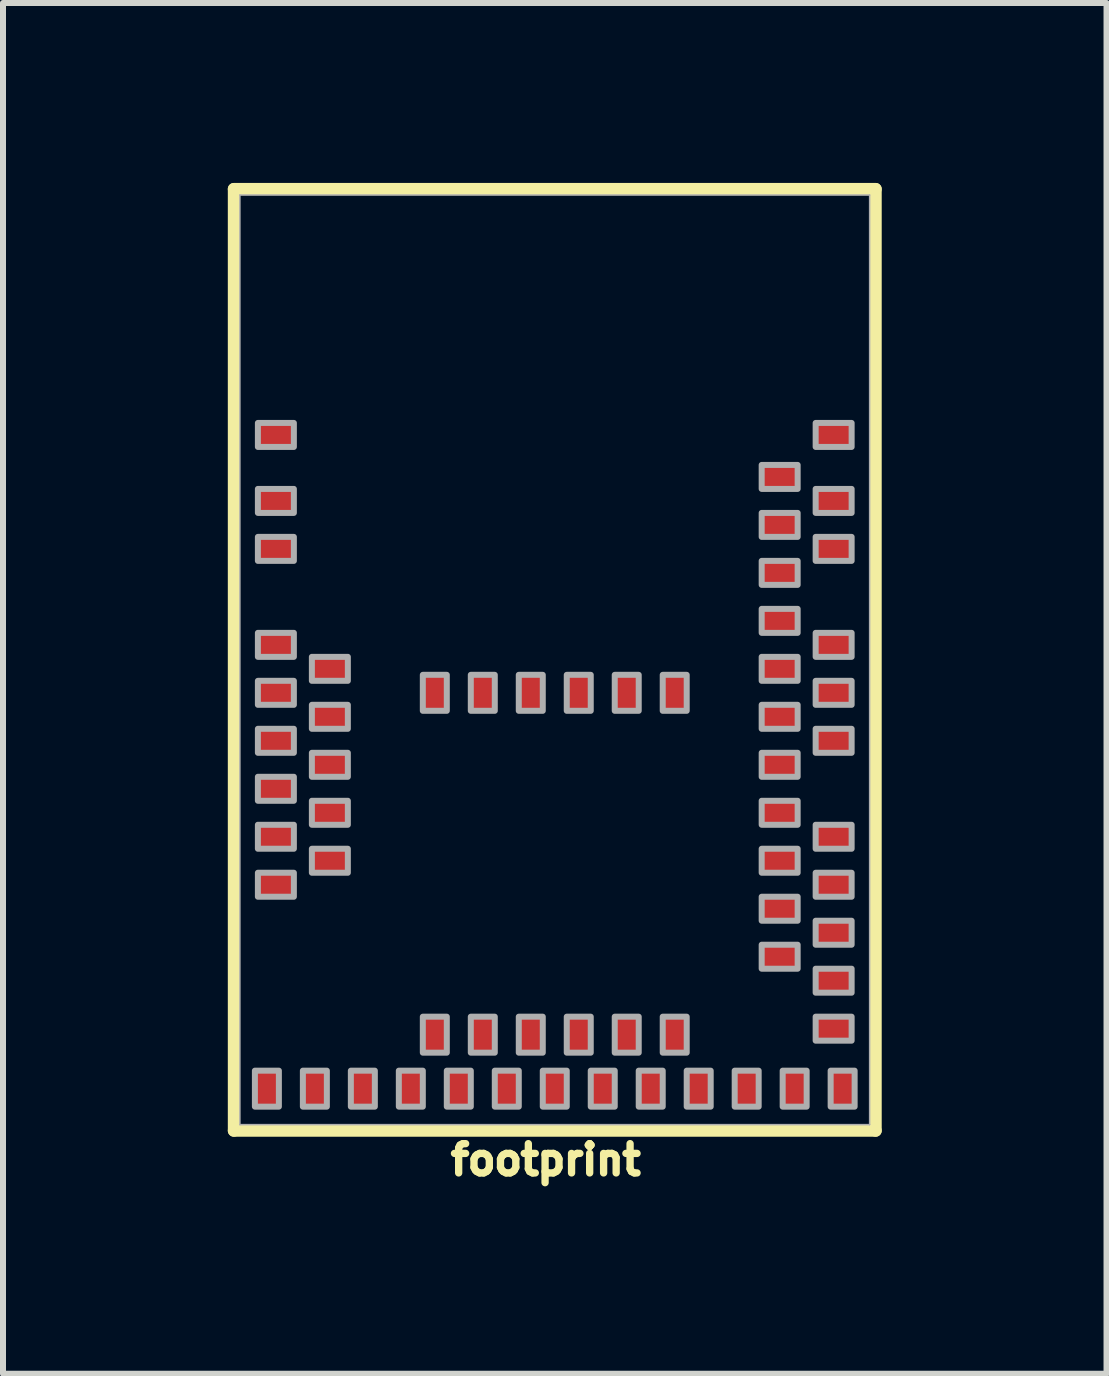
<source format=kicad_pcb>
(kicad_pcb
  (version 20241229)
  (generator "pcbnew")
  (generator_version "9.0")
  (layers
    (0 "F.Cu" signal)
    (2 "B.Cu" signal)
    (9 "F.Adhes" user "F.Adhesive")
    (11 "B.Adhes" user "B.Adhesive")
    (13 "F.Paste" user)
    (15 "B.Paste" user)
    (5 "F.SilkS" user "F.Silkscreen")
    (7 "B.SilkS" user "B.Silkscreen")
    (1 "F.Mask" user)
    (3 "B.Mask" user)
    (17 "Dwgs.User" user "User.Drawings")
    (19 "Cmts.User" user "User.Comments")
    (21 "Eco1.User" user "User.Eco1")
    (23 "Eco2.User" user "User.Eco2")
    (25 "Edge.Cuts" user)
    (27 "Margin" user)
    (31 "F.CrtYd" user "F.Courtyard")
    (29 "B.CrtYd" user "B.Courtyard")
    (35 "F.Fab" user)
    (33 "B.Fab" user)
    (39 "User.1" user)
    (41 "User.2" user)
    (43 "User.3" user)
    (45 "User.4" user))
  (footprint "footprint"
    (layer "F.Cu")
    (at 6.2 7.852)
    (property "Reference" "footprint" (at -0.15 8.15 0) (layer "F.SilkS") (effects (font (size 0.488 0.488) (thickness 0.122)) (justify top)))
    (fp_line (start -5.35 -7.75) (end 5.35 -7.75) (stroke (width 0.203) (type solid)) (layer "F.SilkS"))
    (fp_line (start -5.35 7.95) (end -5.35 -7.75) (stroke (width 0.203) (type solid)) (layer "F.SilkS"))
    (fp_line (start 5.35 -7.75) (end 5.35 7.95) (stroke (width 0.203) (type solid)) (layer "F.SilkS"))
    (fp_line (start 5.35 7.95) (end -5.35 7.95) (stroke (width 0.203) (type solid)) (layer "F.SilkS"))
    (fp_line (start -5.25 -7.65) (end 5.25 -7.65) (stroke (width 0.025) (type solid)) (layer "F.Fab"))
    (fp_line (start -5.25 7.85) (end -5.25 -7.65) (stroke (width 0.025) (type solid)) (layer "F.Fab"))
    (fp_line (start 5.25 -7.65) (end 5.25 7.85) (stroke (width 0.025) (type solid)) (layer "F.Fab"))
    (fp_line (start 5.25 7.85) (end -5.25 7.85) (stroke (width 0.025) (type solid)) (layer "F.Fab"))
    (fp_poly (pts (xy -5 7.55) (xy -4.6 7.55) (xy -4.6 6.95) (xy -5 6.95)) (stroke (width 0.1) (type solid)) (fill no) (layer "F.Fab"))
    (fp_poly (pts (xy -4.95 -3.45) (xy -4.35 -3.45) (xy -4.35 -3.85) (xy -4.95 -3.85)) (stroke (width 0.1) (type solid)) (fill no) (layer "F.Fab"))
    (fp_poly (pts (xy -4.95 -2.35) (xy -4.35 -2.35) (xy -4.35 -2.75) (xy -4.95 -2.75)) (stroke (width 0.1) (type solid)) (fill no) (layer "F.Fab"))
    (fp_poly (pts (xy -4.95 -1.55) (xy -4.35 -1.55) (xy -4.35 -1.95) (xy -4.95 -1.95)) (stroke (width 0.1) (type solid)) (fill no) (layer "F.Fab"))
    (fp_poly (pts (xy -4.95 0.05) (xy -4.35 0.05) (xy -4.35 -0.35) (xy -4.95 -0.35)) (stroke (width 0.1) (type solid)) (fill no) (layer "F.Fab"))
    (fp_poly (pts (xy -4.95 0.85) (xy -4.35 0.85) (xy -4.35 0.45) (xy -4.95 0.45)) (stroke (width 0.1) (type solid)) (fill no) (layer "F.Fab"))
    (fp_poly (pts (xy -4.95 1.65) (xy -4.35 1.65) (xy -4.35 1.25) (xy -4.95 1.25)) (stroke (width 0.1) (type solid)) (fill no) (layer "F.Fab"))
    (fp_poly (pts (xy -4.95 2.45) (xy -4.35 2.45) (xy -4.35 2.05) (xy -4.95 2.05)) (stroke (width 0.1) (type solid)) (fill no) (layer "F.Fab"))
    (fp_poly (pts (xy -4.95 3.25) (xy -4.35 3.25) (xy -4.35 2.85) (xy -4.95 2.85)) (stroke (width 0.1) (type solid)) (fill no) (layer "F.Fab"))
    (fp_poly (pts (xy -4.95 4.05) (xy -4.35 4.05) (xy -4.35 3.65) (xy -4.95 3.65)) (stroke (width 0.1) (type solid)) (fill no) (layer "F.Fab"))
    (fp_poly (pts (xy -4.2 7.55) (xy -3.8 7.55) (xy -3.8 6.95) (xy -4.2 6.95)) (stroke (width 0.1) (type solid)) (fill no) (layer "F.Fab"))
    (fp_poly (pts (xy -4.05 0.45) (xy -3.45 0.45) (xy -3.45 0.05) (xy -4.05 0.05)) (stroke (width 0.1) (type solid)) (fill no) (layer "F.Fab"))
    (fp_poly (pts (xy -4.05 1.25) (xy -3.45 1.25) (xy -3.45 0.85) (xy -4.05 0.85)) (stroke (width 0.1) (type solid)) (fill no) (layer "F.Fab"))
    (fp_poly (pts (xy -4.05 2.05) (xy -3.45 2.05) (xy -3.45 1.65) (xy -4.05 1.65)) (stroke (width 0.1) (type solid)) (fill no) (layer "F.Fab"))
    (fp_poly (pts (xy -4.05 2.85) (xy -3.45 2.85) (xy -3.45 2.45) (xy -4.05 2.45)) (stroke (width 0.1) (type solid)) (fill no) (layer "F.Fab"))
    (fp_poly (pts (xy -4.05 3.65) (xy -3.45 3.65) (xy -3.45 3.25) (xy -4.05 3.25)) (stroke (width 0.1) (type solid)) (fill no) (layer "F.Fab"))
    (fp_poly (pts (xy -3.4 7.55) (xy -3 7.55) (xy -3 6.95) (xy -3.4 6.95)) (stroke (width 0.1) (type solid)) (fill no) (layer "F.Fab"))
    (fp_poly (pts (xy -2.6 7.55) (xy -2.2 7.55) (xy -2.2 6.95) (xy -2.6 6.95)) (stroke (width 0.1) (type solid)) (fill no) (layer "F.Fab"))
    (fp_poly (pts (xy -2.2 0.95) (xy -1.8 0.95) (xy -1.8 0.35) (xy -2.2 0.35)) (stroke (width 0.1) (type solid)) (fill no) (layer "F.Fab"))
    (fp_poly (pts (xy -2.2 6.65) (xy -1.8 6.65) (xy -1.8 6.05) (xy -2.2 6.05)) (stroke (width 0.1) (type solid)) (fill no) (layer "F.Fab"))
    (fp_poly (pts (xy -1.8 7.55) (xy -1.4 7.55) (xy -1.4 6.95) (xy -1.8 6.95)) (stroke (width 0.1) (type solid)) (fill no) (layer "F.Fab"))
    (fp_poly (pts (xy -1.4 0.95) (xy -1 0.95) (xy -1 0.35) (xy -1.4 0.35)) (stroke (width 0.1) (type solid)) (fill no) (layer "F.Fab"))
    (fp_poly (pts (xy -1.4 6.65) (xy -1 6.65) (xy -1 6.05) (xy -1.4 6.05)) (stroke (width 0.1) (type solid)) (fill no) (layer "F.Fab"))
    (fp_poly (pts (xy -1 7.55) (xy -0.6 7.55) (xy -0.6 6.95) (xy -1 6.95)) (stroke (width 0.1) (type solid)) (fill no) (layer "F.Fab"))
    (fp_poly (pts (xy -0.6 0.95) (xy -0.2 0.95) (xy -0.2 0.35) (xy -0.6 0.35)) (stroke (width 0.1) (type solid)) (fill no) (layer "F.Fab"))
    (fp_poly (pts (xy -0.6 6.65) (xy -0.2 6.65) (xy -0.2 6.05) (xy -0.6 6.05)) (stroke (width 0.1) (type solid)) (fill no) (layer "F.Fab"))
    (fp_poly (pts (xy -0.2 7.55) (xy 0.2 7.55) (xy 0.2 6.95) (xy -0.2 6.95)) (stroke (width 0.1) (type solid)) (fill no) (layer "F.Fab"))
    (fp_poly (pts (xy 0.2 0.95) (xy 0.6 0.95) (xy 0.6 0.35) (xy 0.2 0.35)) (stroke (width 0.1) (type solid)) (fill no) (layer "F.Fab"))
    (fp_poly (pts (xy 0.2 6.65) (xy 0.6 6.65) (xy 0.6 6.05) (xy 0.2 6.05)) (stroke (width 0.1) (type solid)) (fill no) (layer "F.Fab"))
    (fp_poly (pts (xy 0.6 7.55) (xy 1 7.55) (xy 1 6.95) (xy 0.6 6.95)) (stroke (width 0.1) (type solid)) (fill no) (layer "F.Fab"))
    (fp_poly (pts (xy 1 0.95) (xy 1.4 0.95) (xy 1.4 0.35) (xy 1 0.35)) (stroke (width 0.1) (type solid)) (fill no) (layer "F.Fab"))
    (fp_poly (pts (xy 1 6.65) (xy 1.4 6.65) (xy 1.4 6.05) (xy 1 6.05)) (stroke (width 0.1) (type solid)) (fill no) (layer "F.Fab"))
    (fp_poly (pts (xy 1.4 7.55) (xy 1.8 7.55) (xy 1.8 6.95) (xy 1.4 6.95)) (stroke (width 0.1) (type solid)) (fill no) (layer "F.Fab"))
    (fp_poly (pts (xy 1.8 0.95) (xy 2.2 0.95) (xy 2.2 0.35) (xy 1.8 0.35)) (stroke (width 0.1) (type solid)) (fill no) (layer "F.Fab"))
    (fp_poly (pts (xy 1.8 6.65) (xy 2.2 6.65) (xy 2.2 6.05) (xy 1.8 6.05)) (stroke (width 0.1) (type solid)) (fill no) (layer "F.Fab"))
    (fp_poly (pts (xy 2.2 7.55) (xy 2.6 7.55) (xy 2.6 6.95) (xy 2.2 6.95)) (stroke (width 0.1) (type solid)) (fill no) (layer "F.Fab"))
    (fp_poly (pts (xy 3 7.55) (xy 3.4 7.55) (xy 3.4 6.95) (xy 3 6.95)) (stroke (width 0.1) (type solid)) (fill no) (layer "F.Fab"))
    (fp_poly (pts (xy 3.45 -2.75) (xy 4.05 -2.75) (xy 4.05 -3.15) (xy 3.45 -3.15)) (stroke (width 0.1) (type solid)) (fill no) (layer "F.Fab"))
    (fp_poly (pts (xy 3.45 -1.95) (xy 4.05 -1.95) (xy 4.05 -2.35) (xy 3.45 -2.35)) (stroke (width 0.1) (type solid)) (fill no) (layer "F.Fab"))
    (fp_poly (pts (xy 3.45 -1.15) (xy 4.05 -1.15) (xy 4.05 -1.55) (xy 3.45 -1.55)) (stroke (width 0.1) (type solid)) (fill no) (layer "F.Fab"))
    (fp_poly (pts (xy 3.45 -0.35) (xy 4.05 -0.35) (xy 4.05 -0.75) (xy 3.45 -0.75)) (stroke (width 0.1) (type solid)) (fill no) (layer "F.Fab"))
    (fp_poly (pts (xy 3.45 0.45) (xy 4.05 0.45) (xy 4.05 0.05) (xy 3.45 0.05)) (stroke (width 0.1) (type solid)) (fill no) (layer "F.Fab"))
    (fp_poly (pts (xy 3.45 1.25) (xy 4.05 1.25) (xy 4.05 0.85) (xy 3.45 0.85)) (stroke (width 0.1) (type solid)) (fill no) (layer "F.Fab"))
    (fp_poly (pts (xy 3.45 2.05) (xy 4.05 2.05) (xy 4.05 1.65) (xy 3.45 1.65)) (stroke (width 0.1) (type solid)) (fill no) (layer "F.Fab"))
    (fp_poly (pts (xy 3.45 2.85) (xy 4.05 2.85) (xy 4.05 2.45) (xy 3.45 2.45)) (stroke (width 0.1) (type solid)) (fill no) (layer "F.Fab"))
    (fp_poly (pts (xy 3.45 3.65) (xy 4.05 3.65) (xy 4.05 3.25) (xy 3.45 3.25)) (stroke (width 0.1) (type solid)) (fill no) (layer "F.Fab"))
    (fp_poly (pts (xy 3.45 4.45) (xy 4.05 4.45) (xy 4.05 4.05) (xy 3.45 4.05)) (stroke (width 0.1) (type solid)) (fill no) (layer "F.Fab"))
    (fp_poly (pts (xy 3.45 5.25) (xy 4.05 5.25) (xy 4.05 4.85) (xy 3.45 4.85)) (stroke (width 0.1) (type solid)) (fill no) (layer "F.Fab"))
    (fp_poly (pts (xy 3.8 7.55) (xy 4.2 7.55) (xy 4.2 6.95) (xy 3.8 6.95)) (stroke (width 0.1) (type solid)) (fill no) (layer "F.Fab"))
    (fp_poly (pts (xy 4.35 -3.45) (xy 4.95 -3.45) (xy 4.95 -3.85) (xy 4.35 -3.85)) (stroke (width 0.1) (type solid)) (fill no) (layer "F.Fab"))
    (fp_poly (pts (xy 4.35 -2.35) (xy 4.95 -2.35) (xy 4.95 -2.75) (xy 4.35 -2.75)) (stroke (width 0.1) (type solid)) (fill no) (layer "F.Fab"))
    (fp_poly (pts (xy 4.35 -1.55) (xy 4.95 -1.55) (xy 4.95 -1.95) (xy 4.35 -1.95)) (stroke (width 0.1) (type solid)) (fill no) (layer "F.Fab"))
    (fp_poly (pts (xy 4.35 0.05) (xy 4.95 0.05) (xy 4.95 -0.35) (xy 4.35 -0.35)) (stroke (width 0.1) (type solid)) (fill no) (layer "F.Fab"))
    (fp_poly (pts (xy 4.35 0.85) (xy 4.95 0.85) (xy 4.95 0.45) (xy 4.35 0.45)) (stroke (width 0.1) (type solid)) (fill no) (layer "F.Fab"))
    (fp_poly (pts (xy 4.35 1.65) (xy 4.95 1.65) (xy 4.95 1.25) (xy 4.35 1.25)) (stroke (width 0.1) (type solid)) (fill no) (layer "F.Fab"))
    (fp_poly (pts (xy 4.35 3.25) (xy 4.95 3.25) (xy 4.95 2.85) (xy 4.35 2.85)) (stroke (width 0.1) (type solid)) (fill no) (layer "F.Fab"))
    (fp_poly (pts (xy 4.35 4.05) (xy 4.95 4.05) (xy 4.95 3.65) (xy 4.35 3.65)) (stroke (width 0.1) (type solid)) (fill no) (layer "F.Fab"))
    (fp_poly (pts (xy 4.35 4.85) (xy 4.95 4.85) (xy 4.95 4.45) (xy 4.35 4.45)) (stroke (width 0.1) (type solid)) (fill no) (layer "F.Fab"))
    (fp_poly (pts (xy 4.35 5.65) (xy 4.95 5.65) (xy 4.95 5.25) (xy 4.35 5.25)) (stroke (width 0.1) (type solid)) (fill no) (layer "F.Fab"))
    (fp_poly (pts (xy 4.35 6.45) (xy 4.95 6.45) (xy 4.95 6.05) (xy 4.35 6.05)) (stroke (width 0.1) (type solid)) (fill no) (layer "F.Fab"))
    (fp_poly (pts (xy 4.6 7.55) (xy 5 7.55) (xy 5 6.95) (xy 4.6 6.95)) (stroke (width 0.1) (type solid)) (fill no) (layer "F.Fab"))
    (pad "1" smd rect (at -4.65 -3.65) (size 0.6 0.4) (layers "F.Cu" "F.Mask" "F.Paste"))
    (pad "2" smd rect (at -4.65 -2.55) (size 0.6 0.4) (layers "F.Cu" "F.Mask" "F.Paste"))
    (pad "3" smd rect (at -4.65 -1.75) (size 0.6 0.4) (layers "F.Cu" "F.Mask" "F.Paste"))
    (pad "4" smd rect (at -4.65 -0.15) (size 0.6 0.4) (layers "F.Cu" "F.Mask" "F.Paste"))
    (pad "5" smd rect (at -3.75 0.25) (size 0.6 0.4) (layers "F.Cu" "F.Mask" "F.Paste"))
    (pad "6" smd rect (at -4.65 0.65) (size 0.6 0.4) (layers "F.Cu" "F.Mask" "F.Paste"))
    (pad "7" smd rect (at -3.75 1.05) (size 0.6 0.4) (layers "F.Cu" "F.Mask" "F.Paste"))
    (pad "8" smd rect (at -4.65 1.45) (size 0.6 0.4) (layers "F.Cu" "F.Mask" "F.Paste"))
    (pad "9" smd rect (at -3.75 1.85) (size 0.6 0.4) (layers "F.Cu" "F.Mask" "F.Paste"))
    (pad "10" smd rect (at -4.65 2.25) (size 0.6 0.4) (layers "F.Cu" "F.Mask" "F.Paste"))
    (pad "11" smd rect (at -3.75 2.65) (size 0.6 0.4) (layers "F.Cu" "F.Mask" "F.Paste"))
    (pad "12" smd rect (at -4.65 3.05) (size 0.6 0.4) (layers "F.Cu" "F.Mask" "F.Paste"))
    (pad "13" smd rect (at -3.75 3.45) (size 0.6 0.4) (layers "F.Cu" "F.Mask" "F.Paste"))
    (pad "14" smd rect (at -4.65 3.85) (size 0.6 0.4) (layers "F.Cu" "F.Mask" "F.Paste"))
    (pad "15" smd rect (at -4.8 7.25 90) (size 0.6 0.4) (layers "F.Cu" "F.Mask" "F.Paste"))
    (pad "16" smd rect (at -4 7.25 90) (size 0.6 0.4) (layers "F.Cu" "F.Mask" "F.Paste"))
    (pad "17" smd rect (at -3.2 7.25 90) (size 0.6 0.4) (layers "F.Cu" "F.Mask" "F.Paste"))
    (pad "18" smd rect (at -2.4 7.25 90) (size 0.6 0.4) (layers "F.Cu" "F.Mask" "F.Paste"))
    (pad "19" smd rect (at -2 6.35 90) (size 0.6 0.4) (layers "F.Cu" "F.Mask" "F.Paste"))
    (pad "20" smd rect (at -1.6 7.25 90) (size 0.6 0.4) (layers "F.Cu" "F.Mask" "F.Paste"))
    (pad "21" smd rect (at -1.2 6.35 90) (size 0.6 0.4) (layers "F.Cu" "F.Mask" "F.Paste"))
    (pad "22" smd rect (at -0.8 7.25 90) (size 0.6 0.4) (layers "F.Cu" "F.Mask" "F.Paste"))
    (pad "23" smd rect (at -0.4 6.35 90) (size 0.6 0.4) (layers "F.Cu" "F.Mask" "F.Paste"))
    (pad "24" smd rect (at 0 7.25 90) (size 0.6 0.4) (layers "F.Cu" "F.Mask" "F.Paste"))
    (pad "25" smd rect (at 0.4 6.35 90) (size 0.6 0.4) (layers "F.Cu" "F.Mask" "F.Paste"))
    (pad "26" smd rect (at 0.8 7.25 90) (size 0.6 0.4) (layers "F.Cu" "F.Mask" "F.Paste"))
    (pad "27" smd rect (at 1.2 6.35 90) (size 0.6 0.4) (layers "F.Cu" "F.Mask" "F.Paste"))
    (pad "28" smd rect (at 1.6 7.25 90) (size 0.6 0.4) (layers "F.Cu" "F.Mask" "F.Paste"))
    (pad "29" smd rect (at 2 6.35 90) (size 0.6 0.4) (layers "F.Cu" "F.Mask" "F.Paste"))
    (pad "30" smd rect (at 2.4 7.25 90) (size 0.6 0.4) (layers "F.Cu" "F.Mask" "F.Paste"))
    (pad "31" smd rect (at 3.2 7.25 90) (size 0.6 0.4) (layers "F.Cu" "F.Mask" "F.Paste"))
    (pad "32" smd rect (at 4 7.25 90) (size 0.6 0.4) (layers "F.Cu" "F.Mask" "F.Paste"))
    (pad "33" smd rect (at 4.8 7.25 90) (size 0.6 0.4) (layers "F.Cu" "F.Mask" "F.Paste"))
    (pad "34" smd rect (at 4.65 6.25 180) (size 0.6 0.4) (layers "F.Cu" "F.Mask" "F.Paste"))
    (pad "35" smd rect (at 4.65 5.45 180) (size 0.6 0.4) (layers "F.Cu" "F.Mask" "F.Paste"))
    (pad "36" smd rect (at 3.75 5.05 180) (size 0.6 0.4) (layers "F.Cu" "F.Mask" "F.Paste"))
    (pad "37" smd rect (at 4.65 4.65 180) (size 0.6 0.4) (layers "F.Cu" "F.Mask" "F.Paste"))
    (pad "38" smd rect (at 3.75 4.25 180) (size 0.6 0.4) (layers "F.Cu" "F.Mask" "F.Paste"))
    (pad "39" smd rect (at 4.65 3.85 180) (size 0.6 0.4) (layers "F.Cu" "F.Mask" "F.Paste"))
    (pad "40" smd rect (at 3.75 3.45 180) (size 0.6 0.4) (layers "F.Cu" "F.Mask" "F.Paste"))
    (pad "41" smd rect (at 4.65 3.05 180) (size 0.6 0.4) (layers "F.Cu" "F.Mask" "F.Paste"))
    (pad "42" smd rect (at 3.75 2.65 180) (size 0.6 0.4) (layers "F.Cu" "F.Mask" "F.Paste"))
    (pad "43" smd rect (at 3.75 1.85 180) (size 0.6 0.4) (layers "F.Cu" "F.Mask" "F.Paste"))
    (pad "44" smd rect (at 4.65 1.45 180) (size 0.6 0.4) (layers "F.Cu" "F.Mask" "F.Paste"))
    (pad "45" smd rect (at 3.75 1.05 180) (size 0.6 0.4) (layers "F.Cu" "F.Mask" "F.Paste"))
    (pad "46" smd rect (at 4.65 0.65 180) (size 0.6 0.4) (layers "F.Cu" "F.Mask" "F.Paste"))
    (pad "47" smd rect (at 3.75 0.25 180) (size 0.6 0.4) (layers "F.Cu" "F.Mask" "F.Paste"))
    (pad "48" smd rect (at 4.65 -0.15 180) (size 0.6 0.4) (layers "F.Cu" "F.Mask" "F.Paste"))
    (pad "49" smd rect (at 3.75 -0.55 180) (size 0.6 0.4) (layers "F.Cu" "F.Mask" "F.Paste"))
    (pad "50" smd rect (at 3.75 -1.35 180) (size 0.6 0.4) (layers "F.Cu" "F.Mask" "F.Paste"))
    (pad "51" smd rect (at 4.65 -1.75 180) (size 0.6 0.4) (layers "F.Cu" "F.Mask" "F.Paste"))
    (pad "52" smd rect (at 3.75 -2.15 180) (size 0.6 0.4) (layers "F.Cu" "F.Mask" "F.Paste"))
    (pad "53" smd rect (at 4.65 -2.55 180) (size 0.6 0.4) (layers "F.Cu" "F.Mask" "F.Paste"))
    (pad "54" smd rect (at 3.75 -2.95 180) (size 0.6 0.4) (layers "F.Cu" "F.Mask" "F.Paste"))
    (pad "55" smd rect (at 4.65 -3.65 180) (size 0.6 0.4) (layers "F.Cu" "F.Mask" "F.Paste"))
    (pad "56" smd rect (at -2 0.65 270) (size 0.6 0.4) (layers "F.Cu" "F.Mask" "F.Paste"))
    (pad "57" smd rect (at -1.2 0.65 270) (size 0.6 0.4) (layers "F.Cu" "F.Mask" "F.Paste"))
    (pad "58" smd rect (at -0.4 0.65 270) (size 0.6 0.4) (layers "F.Cu" "F.Mask" "F.Paste"))
    (pad "59" smd rect (at 0.4 0.65 270) (size 0.6 0.4) (layers "F.Cu" "F.Mask" "F.Paste"))
    (pad "60" smd rect (at 1.2 0.65 270) (size 0.6 0.4) (layers "F.Cu" "F.Mask" "F.Paste"))
    (pad "61" smd rect (at 2 0.65 270) (size 0.6 0.4) (layers "F.Cu" "F.Mask" "F.Paste"))
    (zone (net_name "") (layer "F.Cu") (hatch edge 0.508) (connect_pads) (min_thickness 0.254) (filled_areas_thickness no) (keepout (tracks not_allowed) (vias not_allowed) (pads not_allowed) (copperpour not_allowed) (footprints allowed)) (placement (enabled no)) (fill) (polygon (pts (xy 0 4.002) (xy 12.4 4.002) (xy 12.4 0.202) (xy 0 0.202))))
    (zone (net_name "") (layer "F.Cu") (hatch edge 0.508) (connect_pads) (min_thickness 0.254) (filled_areas_thickness no) (keepout (tracks not_allowed) (vias not_allowed) (pads not_allowed) (copperpour not_allowed) (footprints allowed)) (placement (enabled no)) (fill) (polygon (pts (xy 3.9 5.202) (xy 5.5 5.202) (xy 5.5 4.002) (xy 3.9 4.002))))
    (zone (net_name "") (layer "B.Cu") (hatch edge 0.508) (connect_pads) (min_thickness 0.254) (filled_areas_thickness no) (keepout (tracks not_allowed) (vias not_allowed) (pads not_allowed) (copperpour not_allowed) (footprints allowed)) (placement (enabled no)) (fill) (polygon (pts (xy 0 4.002) (xy 12.4 4.002) (xy 12.4 0.202) (xy 0 0.202)))))
  (gr_rect
    (start -3 -3)
    (end 15.4 19.855)
    (stroke (width 0.1) (type default))
    (fill no)
    (layer "Edge.Cuts")))
</source>
